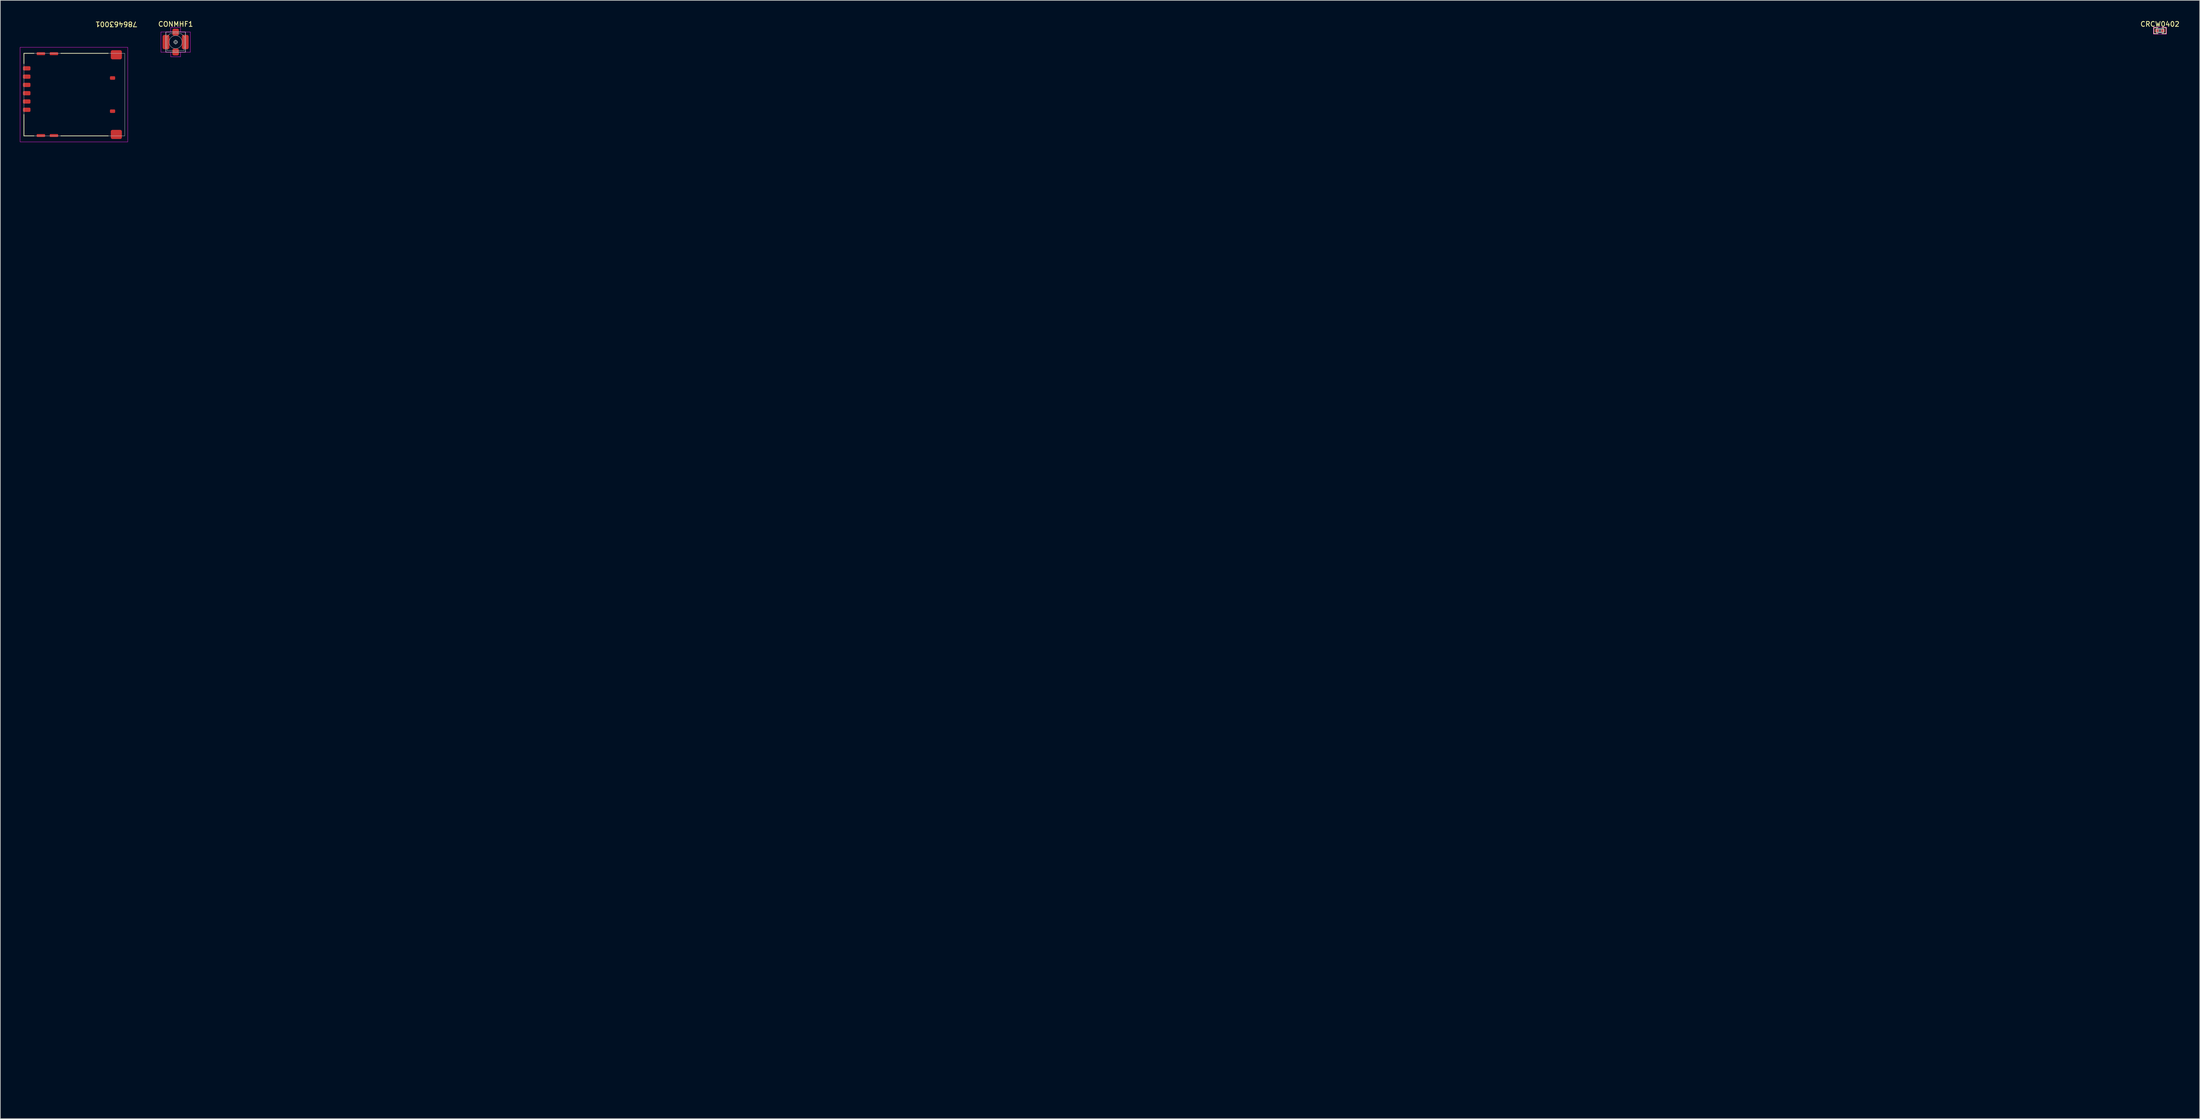
<source format=kicad_pcb>
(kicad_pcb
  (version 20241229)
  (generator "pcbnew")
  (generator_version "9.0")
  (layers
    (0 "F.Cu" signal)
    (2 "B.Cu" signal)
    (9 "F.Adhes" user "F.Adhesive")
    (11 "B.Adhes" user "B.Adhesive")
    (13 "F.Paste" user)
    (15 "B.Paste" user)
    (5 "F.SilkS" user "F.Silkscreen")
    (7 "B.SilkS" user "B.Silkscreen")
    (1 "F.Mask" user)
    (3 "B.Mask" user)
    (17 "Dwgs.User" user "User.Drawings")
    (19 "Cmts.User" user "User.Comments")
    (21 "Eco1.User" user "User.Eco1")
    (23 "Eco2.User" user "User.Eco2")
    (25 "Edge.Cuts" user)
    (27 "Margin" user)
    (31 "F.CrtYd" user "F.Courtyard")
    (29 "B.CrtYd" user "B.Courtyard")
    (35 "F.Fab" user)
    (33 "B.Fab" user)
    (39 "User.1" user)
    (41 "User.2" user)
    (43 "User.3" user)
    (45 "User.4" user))
  (footprint "CONMHF1"
    (layer "F.Cu")
    (at 23.86 3.399)
    (property "Reference" "CONMHF1" (at 0 -2.75 0) (unlocked yes) (layer "F.SilkS") (effects (font (size 0.75 0.75) (thickness 0.12))))
    (attr smd)
    (fp_line (start -1.5 -0.8) (end -1.5 0.8) (stroke (width 0.025) (type default)) (layer "Dwgs.User"))
    (fp_line (start -1.5 0.8) (end -1.3 0.8) (stroke (width 0.025) (type default)) (layer "Dwgs.User"))
    (fp_line (start -1.3 -0.85) (end -0.85 -1.3) (stroke (width 0.05) (type default)) (layer "Dwgs.User"))
    (fp_line (start -1.3 -0.8) (end -1.5 -0.8) (stroke (width 0.025) (type default)) (layer "Dwgs.User"))
    (fp_line (start -1.3 1.3) (end -1.3 -0.85) (stroke (width 0.05) (type default)) (layer "Dwgs.User"))
    (fp_line (start -0.85 -1.3) (end 0.85 -1.3) (stroke (width 0.05) (type default)) (layer "Dwgs.User"))
    (fp_line (start -0.26 -1.55) (end -0.26 -1.3) (stroke (width 0.025) (type default)) (layer "Dwgs.User"))
    (fp_line (start -0.26 1.3) (end -0.26 1.55) (stroke (width 0.025) (type default)) (layer "Dwgs.User"))
    (fp_line (start -0.26 1.55) (end 0.26 1.55) (stroke (width 0.025) (type default)) (layer "Dwgs.User"))
    (fp_line (start 0.26 -1.55) (end -0.26 -1.55) (stroke (width 0.025) (type default)) (layer "Dwgs.User"))
    (fp_line (start 0.26 -1.3) (end 0.26 -1.55) (stroke (width 0.025) (type default)) (layer "Dwgs.User"))
    (fp_line (start 0.26 1.55) (end 0.26 1.3) (stroke (width 0.025) (type default)) (layer "Dwgs.User"))
    (fp_line (start 0.85 -1.3) (end 1.3 -0.85) (stroke (width 0.05) (type default)) (layer "Dwgs.User"))
    (fp_line (start 1.3 -0.85) (end 1.3 1.3) (stroke (width 0.05) (type solid)) (layer "Dwgs.User"))
    (fp_line (start 1.3 -0.8) (end 1.5 -0.8) (stroke (width 0.025) (type default)) (layer "Dwgs.User"))
    (fp_line (start 1.3 1.3) (end -1.3 1.3) (stroke (width 0.05) (type default)) (layer "Dwgs.User"))
    (fp_line (start 1.5 -0.8) (end 1.5 0.8) (stroke (width 0.025) (type default)) (layer "Dwgs.User"))
    (fp_line (start 1.5 0.8) (end 1.3 0.8) (stroke (width 0.025) (type default)) (layer "Dwgs.User"))
    (fp_circle (center 0 0) (end 0.2 0) (stroke (width 0.025) (type default)) (fill no) (layer "Dwgs.User"))
    (fp_circle (center 0 0) (end 0.3 0) (stroke (width 0.025) (type default)) (fill no) (layer "Dwgs.User"))
    (fp_circle (center 0 0) (end 1 0) (stroke (width 0.05) (type default)) (fill no) (layer "Dwgs.User"))
    (fp_line (start -2.25 -1.55) (end -0.75 -1.55) (stroke (width 0.05) (type default)) (layer "F.CrtYd"))
    (fp_line (start -2.25 1.55) (end -2.25 -1.55) (stroke (width 0.05) (type default)) (layer "F.CrtYd"))
    (fp_line (start -2.25 1.55) (end -0.75 1.55) (stroke (width 0.05) (type default)) (layer "F.CrtYd"))
    (fp_line (start -0.75 -2.25) (end 0.75 -2.25) (stroke (width 0.05) (type default)) (layer "F.CrtYd"))
    (fp_line (start -0.75 -1.55) (end -0.75 -2.25) (stroke (width 0.05) (type default)) (layer "F.CrtYd"))
    (fp_line (start -0.75 1.55) (end -0.75 2.25) (stroke (width 0.05) (type default)) (layer "F.CrtYd"))
    (fp_line (start 0.75 -1.55) (end 0.75 -2.25) (stroke (width 0.05) (type default)) (layer "F.CrtYd"))
    (fp_line (start 0.75 1.55) (end 0.75 2.25) (stroke (width 0.05) (type default)) (layer "F.CrtYd"))
    (fp_line (start 0.75 2.25) (end -0.75 2.25) (stroke (width 0.05) (type default)) (layer "F.CrtYd"))
    (fp_line (start 2.25 -1.55) (end 0.75 -1.55) (stroke (width 0.05) (type default)) (layer "F.CrtYd"))
    (fp_line (start 2.25 -1.55) (end 2.25 1.55) (stroke (width 0.05) (type default)) (layer "F.CrtYd"))
    (fp_line (start 2.25 1.55) (end 0.75 1.55) (stroke (width 0.05) (type default)) (layer "F.CrtYd"))
    (fp_line (start 0 -0.35) (end 0 0.35) (stroke (width 0.05) (type solid)) (layer "F.Fab"))
    (fp_line (start 0.35 0) (end -0.35 0) (stroke (width 0.05) (type solid)) (layer "F.Fab"))
    (fp_rect (start -1.5 -1.55) (end 1.5 1.55) (stroke (width 0.1) (type default)) (fill no) (layer "F.Fab"))
    (fp_circle (center 0 0) (end 0.25 0) (stroke (width 0.05) (type solid)) (fill no) (layer "F.Fab"))
    (pad "1" smd roundrect (at 0 -1.525) (size 1 1.05) (layers "F.Cu" "F.Mask" "F.Paste") (roundrect_rratio 0.25))
    (pad "2" smd roundrect (at -1.475 0) (size 1.05 2.2) (layers "F.Cu" "F.Mask" "F.Paste") (roundrect_rratio 0.25))
    (pad "2" smd roundrect (at 0 1.525) (size 1 1.05) (layers "F.Cu" "F.Mask" "F.Paste") (roundrect_rratio 0.25))
    (pad "2" smd roundrect (at 1.475 0) (size 1.05 2.2) (layers "F.Cu" "F.Mask" "F.Paste") (roundrect_rratio 0.25))
    (zone (net_name "") (layer "F.Cu") (hatch edge 0.5) (connect_pads) (min_thickness 0.25) (filled_areas_thickness no) (keepout (tracks not_allowed) (vias not_allowed) (pads not_allowed) (copperpour not_allowed) (footprints allowed)) (placement (enabled no)) (fill) (polygon (pts (xy 319.91 163.399) (xy 319.91 165.399) (xy 321.81 165.399) (xy 321.81 163.399)))))
  (footprint "786463001"
    (layer "F.Cu")
    (at 14.775 11.449)
    (property "Reference" "786463001" (at 0 -10.8 180) (unlocked yes) (layer "F.SilkS") (effects (font (size 0.75 0.75) (thickness 0.12))))
    (attr smd)
    (fp_line (start -14.16 -6.325) (end -14.16 -4.75) (stroke (width 0.12) (type default)) (layer "F.SilkS"))
    (fp_line (start -14.16 -6.325) (end -12.625 -6.325) (stroke (width 0.12) (type default)) (layer "F.SilkS"))
    (fp_line (start -14.16 6.325) (end -14.16 3.05) (stroke (width 0.12) (type default)) (layer "F.SilkS"))
    (fp_line (start -14.16 6.325) (end -12.625 6.325) (stroke (width 0.12) (type default)) (layer "F.SilkS"))
    (fp_line (start -8.5 6.325) (end -1.25 6.325) (stroke (width 0.12) (type default)) (layer "F.SilkS"))
    (fp_line (start -1.25 -6.325) (end -8.5 -6.325) (stroke (width 0.12) (type default)) (layer "F.SilkS"))
    (fp_rect (start -14.16 -6.325) (end 1.29 6.325) (stroke (width 0.05) (type default)) (fill no) (layer "Dwgs.User"))
    (fp_rect (start -14.75 -7.25) (end 1.75 7.25) (stroke (width 0.05) (type default)) (fill no) (layer "F.CrtYd"))
    (pad "C1" smd roundrect (at -13.73 -2.755 180) (size 1.15 0.65) (layers "F.Cu" "F.Mask" "F.Paste") (roundrect_rratio 0.25))
    (pad "C2" smd roundrect (at -13.73 -0.215 180) (size 1.15 0.65) (layers "F.Cu" "F.Mask" "F.Paste") (roundrect_rratio 0.25))
    (pad "C3" smd roundrect (at -13.73 2.325 180) (size 1.15 0.65) (layers "F.Cu" "F.Mask" "F.Paste") (roundrect_rratio 0.25))
    (pad "C5" smd roundrect (at -13.73 -4.025 180) (size 1.15 0.65) (layers "F.Cu" "F.Mask" "F.Paste") (roundrect_rratio 0.25))
    (pad "C6" smd roundrect (at -13.73 -1.485 180) (size 1.15 0.65) (layers "F.Cu" "F.Mask" "F.Paste") (roundrect_rratio 0.25))
    (pad "C7" smd roundrect (at -13.73 1.055 180) (size 1.15 0.65) (layers "F.Cu" "F.Mask" "F.Paste") (roundrect_rratio 0.25))
    (pad "MP1" smd roundrect (at 0 -6.105 180) (size 1.7 1.4) (layers "F.Cu" "F.Mask" "F.Paste") (roundrect_rratio 0.179))
    (pad "MP2" smd roundrect (at 0 6.105 180) (size 1.7 1.4) (layers "F.Cu" "F.Mask" "F.Paste") (roundrect_rratio 0.179))
    (pad "MP3" smd roundrect (at -9.56 6.27 180) (size 1.3 0.45) (layers "F.Cu" "F.Mask" "F.Paste") (roundrect_rratio 0.25))
    (pad "MP4" smd roundrect (at -11.56 6.27 180) (size 1.3 0.45) (layers "F.Cu" "F.Mask" "F.Paste") (roundrect_rratio 0.25))
    (pad "MP5" smd roundrect (at -11.56 -6.27 180) (size 1.3 0.45) (layers "F.Cu" "F.Mask" "F.Paste") (roundrect_rratio 0.25))
    (pad "MP6" smd roundrect (at -9.56 -6.27 180) (size 1.3 0.45) (layers "F.Cu" "F.Mask" "F.Paste") (roundrect_rratio 0.25))
    (pad "X1" smd roundrect (at -0.58 -2.545 180) (size 0.8 0.54) (layers "F.Cu" "F.Mask" "F.Paste") (roundrect_rratio 0.25))
    (pad "X2" smd roundrect (at -0.58 2.54 180) (size 0.8 0.54) (layers "F.Cu" "F.Mask" "F.Paste") (roundrect_rratio 0.25)))
  (footprint "CRCW0402"
    (layer "F.Cu")
    (at 327.897 1.649)
    (property "Reference" "CRCW0402" (at 0 -1 0) (layer "F.SilkS") (effects (font (size 0.75 0.75) (thickness 0.12))))
    (attr smd)
    (fp_line (start -0.945 -0.47) (end -0.315 -0.47) (stroke (width 0.12) (type solid)) (layer "F.SilkS"))
    (fp_line (start -0.945 0.47) (end -0.945 -0.47) (stroke (width 0.12) (type solid)) (layer "F.SilkS"))
    (fp_line (start -0.315 0.47) (end -0.945 0.47) (stroke (width 0.12) (type solid)) (layer "F.SilkS"))
    (fp_line (start 0.315 0.47) (end 0.945 0.47) (stroke (width 0.12) (type solid)) (layer "F.SilkS"))
    (fp_line (start 0.945 -0.47) (end 0.315 -0.47) (stroke (width 0.12) (type solid)) (layer "F.SilkS"))
    (fp_line (start 0.945 0.47) (end 0.945 -0.47) (stroke (width 0.12) (type solid)) (layer "F.SilkS"))
    (fp_line (start -0.5 -0.25) (end -0.3 -0.25) (stroke (width 0.025) (type solid)) (layer "Dwgs.User"))
    (fp_line (start -0.5 -0.25) (end 0.5 -0.25) (stroke (width 0.025) (type solid)) (layer "Dwgs.User"))
    (fp_line (start -0.5 0.25) (end -0.5 -0.25) (stroke (width 0.025) (type solid)) (layer "Dwgs.User"))
    (fp_line (start -0.5 0.25) (end -0.5 -0.25) (stroke (width 0.025) (type solid)) (layer "Dwgs.User"))
    (fp_line (start -0.3 -0.25) (end -0.3 0.25) (stroke (width 0.025) (type solid)) (layer "Dwgs.User"))
    (fp_line (start -0.3 0.25) (end -0.5 0.25) (stroke (width 0.025) (type solid)) (layer "Dwgs.User"))
    (fp_line (start 0.25 -0.25) (end 0.5 -0.25) (stroke (width 0.025) (type solid)) (layer "Dwgs.User"))
    (fp_line (start 0.25 0.25) (end 0.25 -0.25) (stroke (width 0.025) (type solid)) (layer "Dwgs.User"))
    (fp_line (start 0.5 -0.25) (end 0.5 0.25) (stroke (width 0.025) (type solid)) (layer "Dwgs.User"))
    (fp_line (start 0.5 -0.25) (end 0.5 0.25) (stroke (width 0.025) (type solid)) (layer "Dwgs.User"))
    (fp_line (start 0.5 0.25) (end -0.5 0.25) (stroke (width 0.025) (type solid)) (layer "Dwgs.User"))
    (fp_line (start 0.5 0.25) (end 0.25 0.25) (stroke (width 0.025) (type solid)) (layer "Dwgs.User"))
    (fp_line (start -1.005 -0.53) (end 1.005 -0.53) (stroke (width 0.05) (type solid)) (layer "F.CrtYd"))
    (fp_line (start -1.005 0.53) (end -1.005 -0.53) (stroke (width 0.05) (type solid)) (layer "F.CrtYd"))
    (fp_line (start 1.005 -0.53) (end 1.005 0.53) (stroke (width 0.05) (type solid)) (layer "F.CrtYd"))
    (fp_line (start 1.005 0.53) (end -1.005 0.53) (stroke (width 0.05) (type solid)) (layer "F.CrtYd"))
    (fp_line (start -0.55 -0.275) (end 0.55 -0.275) (stroke (width 0.15) (type solid)) (layer "F.Fab"))
    (fp_line (start -0.55 0.275) (end -0.55 -0.275) (stroke (width 0.15) (type solid)) (layer "F.Fab"))
    (fp_line (start 0 -0.278) (end 0 0.278) (stroke (width 0.05) (type solid)) (layer "F.Fab"))
    (fp_line (start 0.278 0) (end -0.278 0) (stroke (width 0.05) (type solid)) (layer "F.Fab"))
    (fp_line (start 0.55 -0.275) (end 0.55 0.275) (stroke (width 0.15) (type solid)) (layer "F.Fab"))
    (fp_line (start 0.55 0.275) (end -0.55 0.275) (stroke (width 0.15) (type solid)) (layer "F.Fab"))
    (fp_circle (center 0 0) (end 0.208 0) (stroke (width 0.05) (type solid)) (fill no) (layer "F.Fab"))
    (pad "1" smd roundrect (at -0.465 0 180) (size 0.6 0.58) (layers "F.Cu" "F.Mask" "F.Paste") (roundrect_rratio 0.25))
    (pad "2" smd roundrect (at 0.465 0 180) (size 0.6 0.58) (layers "F.Cu" "F.Mask" "F.Paste") (roundrect_rratio 0.25)))
  (gr_rect
    (start -3 -3)
    (end 333.984 168.399)
    (stroke (width 0.1) (type default))
    (fill no)
    (layer "Edge.Cuts")))
</source>
